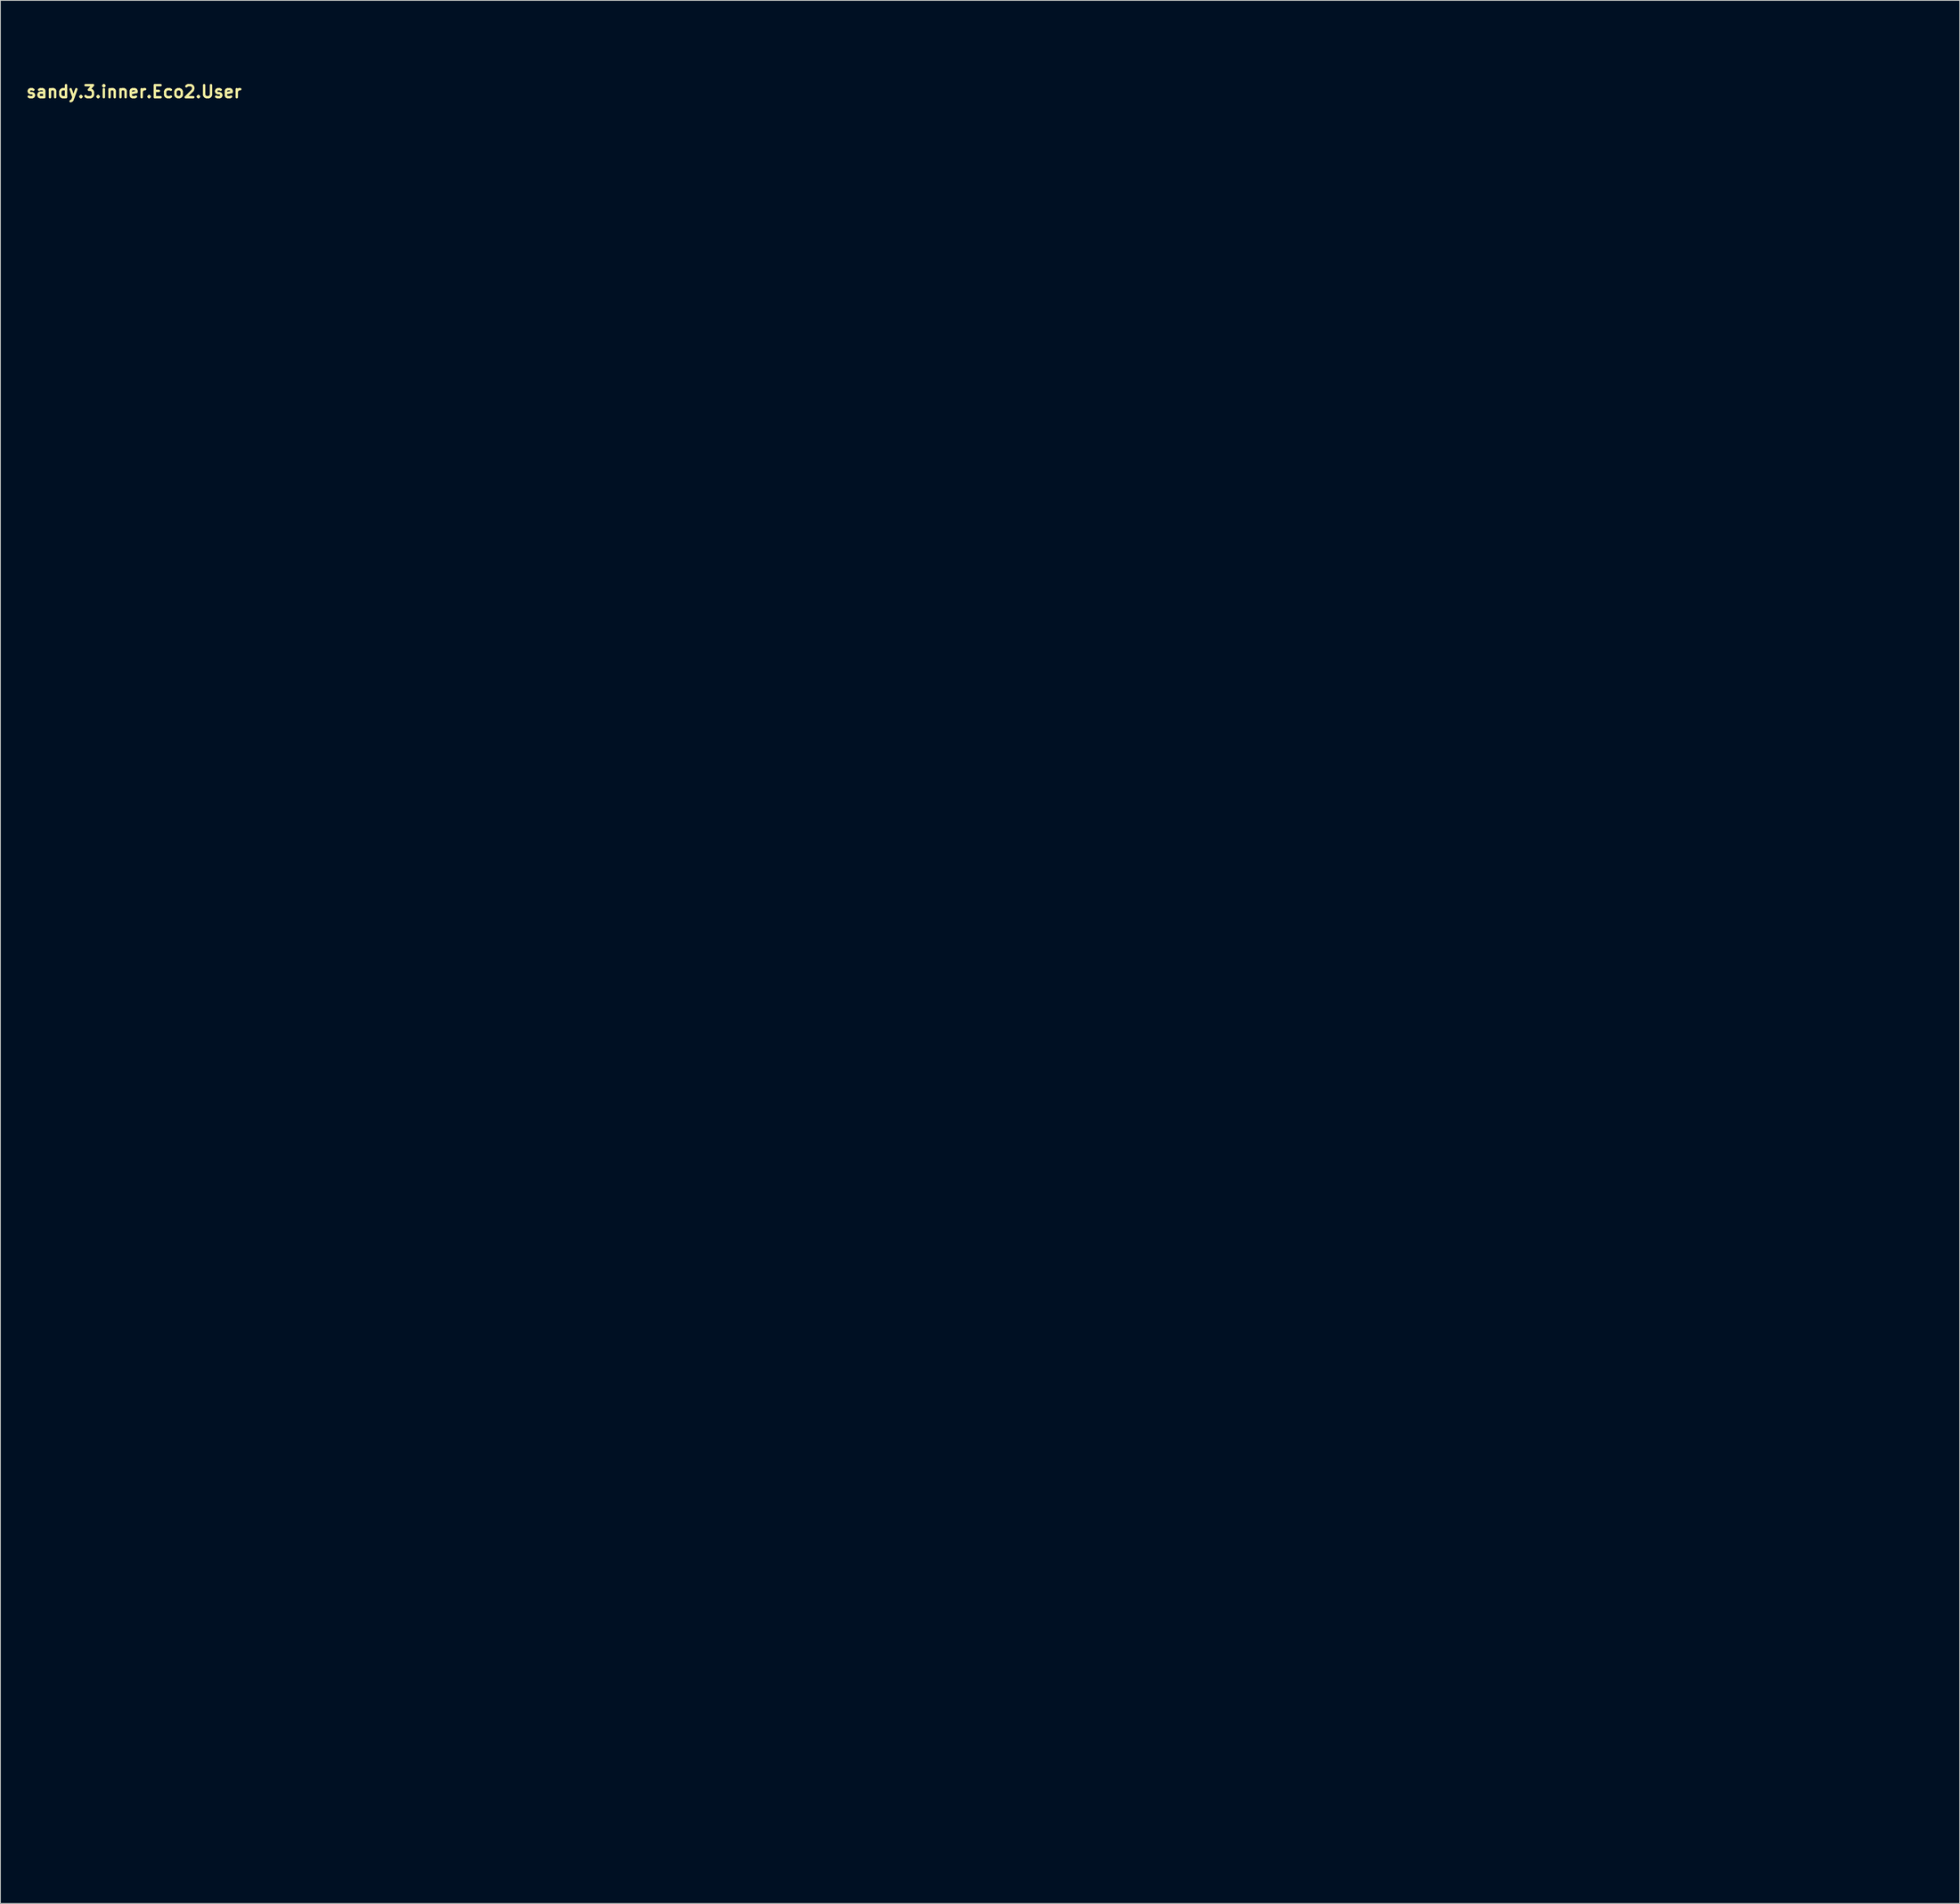
<source format=kicad_pcb>
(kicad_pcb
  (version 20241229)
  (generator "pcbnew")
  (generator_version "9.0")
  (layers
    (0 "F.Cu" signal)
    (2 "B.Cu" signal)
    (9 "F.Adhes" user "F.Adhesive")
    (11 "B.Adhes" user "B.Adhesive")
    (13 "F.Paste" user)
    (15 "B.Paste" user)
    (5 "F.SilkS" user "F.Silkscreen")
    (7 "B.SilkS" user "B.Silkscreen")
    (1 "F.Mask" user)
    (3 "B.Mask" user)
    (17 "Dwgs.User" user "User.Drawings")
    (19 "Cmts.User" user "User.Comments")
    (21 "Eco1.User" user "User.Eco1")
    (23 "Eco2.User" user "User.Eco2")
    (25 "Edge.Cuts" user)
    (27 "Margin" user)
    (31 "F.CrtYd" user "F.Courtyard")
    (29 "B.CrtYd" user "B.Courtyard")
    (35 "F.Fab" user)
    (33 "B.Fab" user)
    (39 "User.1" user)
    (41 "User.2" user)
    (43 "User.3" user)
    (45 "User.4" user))
  (footprint "sandy.3.inner.Eco2.User"
    (layer "F.Cu")
    (at 13.912 0.25)
    (property "Reference" "sandy.3.inner.Eco2.User" (at 0 8.326 0) (layer "F.SilkS") (effects (font (size 1.524 1.524) (thickness 0.305))))
    (attr exclude_from_pos_files exclude_from_bom)
    (fp_poly (pts (xy 121.697 11.465) (xy 127.125 11.78) (xy 124.622 11.895) (xy 122.163 12.235) (xy 119.747 12.785) (xy 117.378 13.527) (xy 115.056 14.445) (xy 112.784 15.523) (xy 110.562 16.745) (xy 108.394 18.094) (xy 106.28 19.554) (xy 104.222 21.108) (xy 102.222 22.74) (xy 100.282 24.435) (xy 98.403 26.174) (xy 96.587 27.943) (xy 94.836 29.724) (xy 93.151 31.502) (xy 91.337 33.327) (xy 89.564 35.188) (xy 87.834 37.083) (xy 86.145 39.011) (xy 84.499 40.971) (xy 82.894 42.964) (xy 81.33 44.986) (xy 79.808 47.039) (xy 78.327 49.12) (xy 76.887 51.23) (xy 75.488 53.366) (xy 74.131 55.529) (xy 72.814 57.717) (xy 71.537 59.929) (xy 70.301 62.165) (xy 69.106 64.423) (xy 67.951 66.703) (xy 66.836 69.004) (xy 65.761 71.324) (xy 64.727 73.664) (xy 63.732 76.021) (xy 62.776 78.396) (xy 61.861 80.787) (xy 60.984 83.194) (xy 60.147 85.614) (xy 59.35 88.049) (xy 58.591 90.496) (xy 57.872 92.955) (xy 57.191 95.424) (xy 56.549 97.904) (xy 55.945 100.393) (xy 55.38 102.889) (xy 54.854 105.394) (xy 54.366 107.904) (xy 53.352 110.128) (xy 52.264 112.326) (xy 51.105 114.496) (xy 49.882 116.641) (xy 48.598 118.761) (xy 47.26 120.855) (xy 45.873 122.926) (xy 44.441 124.972) (xy 42.97 126.996) (xy 41.464 128.997) (xy 39.929 130.976) (xy 38.371 132.933) (xy 36.793 134.869) (xy 35.202 136.785) (xy 33.603 138.681) (xy 33.095 139.182) (xy 32.763 139.665) (xy 31.562 141.067) (xy 30.362 142.459) (xy 28.662 144.194) (xy 27.142 146.044) (xy 25.799 147.999) (xy 24.635 150.047) (xy 23.648 152.177) (xy 22.838 154.379) (xy 22.205 156.64) (xy 21.747 158.949) (xy 21.465 161.297) (xy 21.359 163.67) (xy 21.427 166.058) (xy 21.669 168.45) (xy 22.131 170.32) (xy 22.169 172.141) (xy 21.859 173.914) (xy 21.275 175.64) (xy 20.495 177.319) (xy 19.593 178.955) (xy 18.646 180.547) (xy 17.73 182.096) (xy 16.92 183.605) (xy 16.292 185.074) (xy 15.923 186.504) (xy 15.887 187.897) (xy 16.261 189.254) (xy 17.12 190.575) (xy 18.541 191.863) (xy 16.776 193.138) (xy 15.336 194.676) (xy 14.207 196.441) (xy 13.378 198.398) (xy 12.837 200.512) (xy 12.571 202.747) (xy 12.568 205.068) (xy 12.817 207.44) (xy 12.764 207.218) (xy 12.419 204.85) (xy 12.166 203.481) (xy 12.005 202.97) (xy 11.936 203.173) (xy 11.957 203.949) (xy 12.067 205.154) (xy 12.266 206.647) (xy 12.554 208.285) (xy 12.929 209.925) (xy 13.39 211.426) (xy 13.938 212.644) (xy 13.928 211.926) (xy 14.357 213.1) (xy 14.461 214.04) (xy 14.607 213.717) (xy 15.682 215.991) (xy 16.955 218.15) (xy 18.414 220.156) (xy 20.047 221.974) (xy 21.841 223.567) (xy 23.927 225.039) (xy 26.072 226.357) (xy 28.272 227.53) (xy 30.524 228.567) (xy 32.822 229.479) (xy 35.163 230.274) (xy 37.541 230.963) (xy 39.954 231.555) (xy 42.395 232.059) (xy 44.861 232.486) (xy 47.348 232.844) (xy 49.851 233.143) (xy 52.366 233.394) (xy 54.888 233.604) (xy 57.413 233.785) (xy 59.937 233.946) (xy 62.455 234.096) (xy 64.964 234.244) (xy 67.458 234.401) (xy 69.933 234.576) (xy 72.386 234.778) (xy 74.86 234.812) (xy 77.278 234.624) (xy 79.649 234.243) (xy 81.978 233.7) (xy 84.273 233.024) (xy 86.541 232.244) (xy 88.789 231.391) (xy 91.024 230.495) (xy 93.254 229.584) (xy 95.484 228.688) (xy 97.722 227.838) (xy 99.975 227.063) (xy 102.251 226.392) (xy 104.555 225.856) (xy 106.985 225.874) (xy 109.36 225.69) (xy 111.689 225.344) (xy 113.981 224.88) (xy 116.246 224.337) (xy 118.492 223.758) (xy 120.73 223.184) (xy 122.968 222.656) (xy 125.214 222.217) (xy 127.48 221.907) (xy 129.773 221.768) (xy 132.103 221.841) (xy 134.51 222.226) (xy 136.894 222.741) (xy 139.257 223.359) (xy 141.606 224.052) (xy 143.944 224.792) (xy 146.276 225.552) (xy 148.606 226.304) (xy 150.939 227.021) (xy 153.279 227.675) (xy 155.631 228.238) (xy 157.999 228.682) (xy 160.388 228.98) (xy 162.802 229.105) (xy 165.245 229.028) (xy 167.723 228.723) (xy 170.239 228.161) (xy 172.694 227.558) (xy 175.167 226.971) (xy 177.656 226.392) (xy 180.154 225.812) (xy 182.657 225.225) (xy 185.162 224.623) (xy 187.662 223.999) (xy 190.154 223.345) (xy 192.633 222.654) (xy 195.095 221.918) (xy 197.534 221.129) (xy 199.946 220.281) (xy 202.328 219.365) (xy 204.673 218.374) (xy 206.978 217.301) (xy 209.237 216.138) (xy 211.447 214.878) (xy 213.603 213.513) (xy 215.7 212.036) (xy 217.733 210.438) (xy 219.6 208.758) (xy 221.258 206.963) (xy 222.716 205.061) (xy 223.981 203.063) (xy 225.062 200.978) (xy 225.968 198.816) (xy 226.706 196.586) (xy 227.286 194.298) (xy 227.715 191.963) (xy 228.001 189.588) (xy 228.154 187.185) (xy 228.181 184.762) (xy 228.091 182.33) (xy 227.892 179.898) (xy 227.593 177.475) (xy 227.201 175.072) (xy 226.725 172.697) (xy 226.174 170.361) (xy 225.556 168.074) (xy 224.878 165.844) (xy 224.934 163.819) (xy 224.506 162.06) (xy 223.713 160.624) (xy 222.674 159.568) (xy 221.508 158.949) (xy 220.336 158.824) (xy 219.276 159.25) (xy 218.448 160.284) (xy 217.971 161.982) (xy 217.964 164.402) (xy 217.211 163.24) (xy 216.325 161.595) (xy 215.313 159.56) (xy 214.181 157.229) (xy 212.937 154.696) (xy 211.586 152.056) (xy 210.136 149.402) (xy 208.593 146.829) (xy 206.964 144.43) (xy 205.255 142.301) (xy 203.473 140.534) (xy 204.376 141.043) (xy 205.598 142.37) (xy 207.043 144.309) (xy 208.619 146.653) (xy 210.23 149.198) (xy 211.784 151.739) (xy 213.185 154.069) (xy 214.341 155.984) (xy 214.018 154.703) (xy 213.547 152.828) (xy 212.943 150.518) (xy 212.217 147.937) (xy 211.382 145.245) (xy 210.452 142.605) (xy 209.44 140.179) (xy 208.357 138.127) (xy 207.183 137.442) (xy 207.079 136.481) (xy 206.749 136.197) (xy 204.641 134.727) (xy 202.652 133.145) (xy 200.776 131.458) (xy 199.008 129.674) (xy 197.345 127.8) (xy 195.781 125.843) (xy 194.311 123.81) (xy 192.932 121.708) (xy 192.013 122.573) (xy 191.135 123.147) (xy 192.163 124.187) (xy 190.004 124.84) (xy 187.776 124.144) (xy 185.52 123.783) (xy 185.377 124.022) (xy 184.962 123.597) (xy 183.491 122.709) (xy 182.781 121.571) (xy 182.721 120.312) (xy 183.2 119.06) (xy 184.105 117.945) (xy 185.327 117.095) (xy 186.754 116.64) (xy 188.275 116.708) (xy 189.778 117.428) (xy 191.152 118.93) (xy 191.448 119.208) (xy 190.239 116.966) (xy 189.107 114.678) (xy 188.047 112.35) (xy 187.054 109.991) (xy 186.124 107.606) (xy 185.251 105.204) (xy 184.432 102.792) (xy 183.661 100.376) (xy 182.934 97.966) (xy 182.508 95.472) (xy 182.081 92.973) (xy 181.647 90.47) (xy 181.202 87.966) (xy 180.742 85.462) (xy 180.264 82.96) (xy 179.761 80.462) (xy 179.231 77.97) (xy 178.669 75.486) (xy 178.071 73.012) (xy 177.432 70.55) (xy 176.749 68.102) (xy 176.016 65.669) (xy 175.231 63.255) (xy 174.388 60.86) (xy 173.483 58.486) (xy 172.512 56.137) (xy 171.47 53.812) (xy 170.354 51.515) (xy 169.16 49.248) (xy 167.942 47.202) (xy 166.703 45.136) (xy 165.44 43.058) (xy 164.148 40.977) (xy 162.825 38.9) (xy 161.467 36.835) (xy 160.07 34.792) (xy 158.632 32.778) (xy 157.148 30.802) (xy 155.615 28.871) (xy 154.03 26.994) (xy 152.389 25.179) (xy 150.689 23.435) (xy 148.927 21.77) (xy 147.098 20.192) (xy 145.2 18.709) (xy 143.229 17.329) (xy 141.182 16.061) (xy 139.054 14.913) (xy 136.844 13.894) (xy 134.546 13.011) (xy 132.158 12.272) (xy 129.623 11.902) (xy 127.125 11.78) (xy 121.697 11.465) (xy 121.466 11.785) (xy 121.697 11.465)) (stroke (width 0.1) (type solid)) (fill no) (layer "Eco2.User")))
  (gr_rect
    (start -3 -3)
    (end 245.143 238.112)
    (stroke (width 0.1) (type default))
    (fill no)
    (layer "Edge.Cuts")))
</source>
